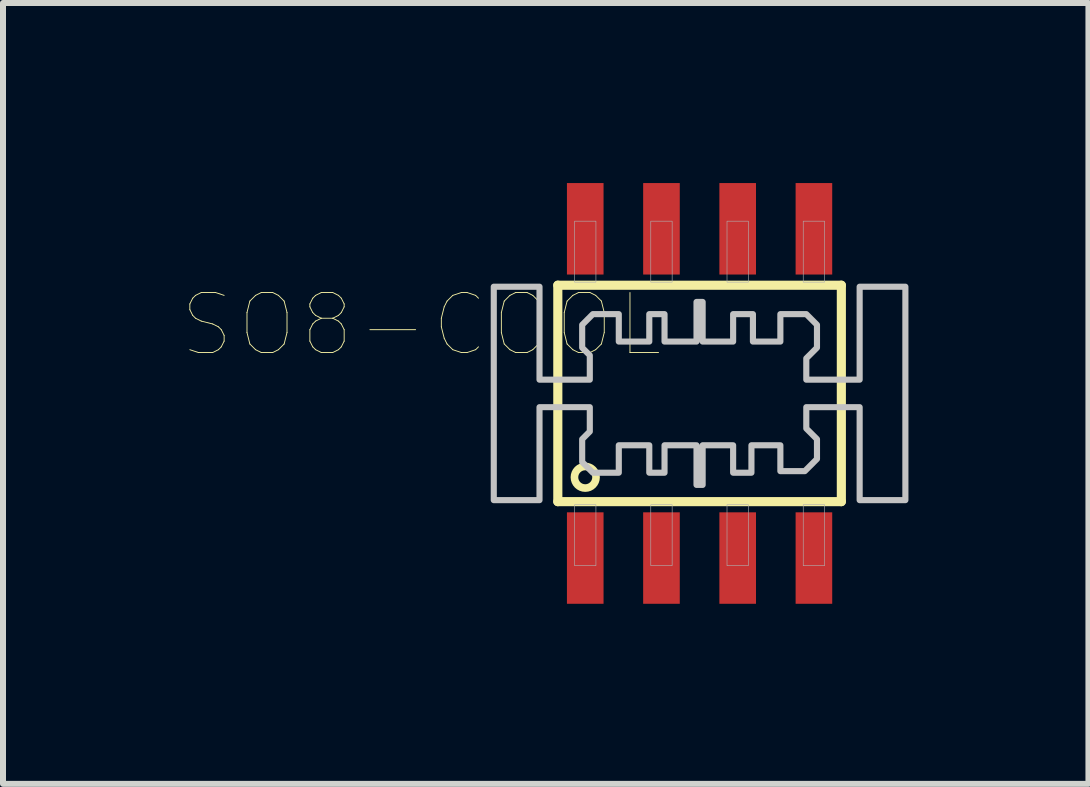
<source format=kicad_pcb>
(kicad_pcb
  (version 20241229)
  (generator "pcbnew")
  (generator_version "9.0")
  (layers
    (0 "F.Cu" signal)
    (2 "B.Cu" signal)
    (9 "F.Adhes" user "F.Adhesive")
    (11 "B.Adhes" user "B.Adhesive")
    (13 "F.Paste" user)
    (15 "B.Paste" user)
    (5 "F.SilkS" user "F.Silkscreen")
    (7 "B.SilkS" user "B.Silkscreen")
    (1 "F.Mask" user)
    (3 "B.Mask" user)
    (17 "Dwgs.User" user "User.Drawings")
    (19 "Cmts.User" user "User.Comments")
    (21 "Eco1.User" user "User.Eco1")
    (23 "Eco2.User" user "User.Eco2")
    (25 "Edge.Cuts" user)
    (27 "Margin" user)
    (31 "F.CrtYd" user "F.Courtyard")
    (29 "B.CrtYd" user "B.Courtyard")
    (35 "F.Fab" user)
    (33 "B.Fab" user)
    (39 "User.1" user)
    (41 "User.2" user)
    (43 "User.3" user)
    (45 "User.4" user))
  (footprint "SO8-COOL"
    (layer "F.Cu")
    (at 8.606 3.505)
    (property "Reference" "SO8-COOL" (at -4.636 -1.143 180) (layer "F.SilkS") (effects (font (size 1 1) (thickness 0.015))))
    (attr through_hole)
    (fp_line (start -2.362 -1.803) (end -2.362 1.803) (stroke (width 0.152) (type solid)) (layer "F.SilkS"))
    (fp_line (start -2.362 1.803) (end 2.362 1.803) (stroke (width 0.152) (type solid)) (layer "F.SilkS"))
    (fp_line (start 2.362 -1.803) (end -2.362 -1.803) (stroke (width 0.152) (type solid)) (layer "F.SilkS"))
    (fp_line (start 2.362 1.803) (end 2.362 -1.803) (stroke (width 0.152) (type solid)) (layer "F.SilkS"))
    (fp_circle (center -1.905 1.397) (end -1.725 1.397) (stroke (width 0.127) (type solid)) (fill no) (layer "F.SilkS"))
    (fp_poly (pts (xy -2.667 1.778) (xy -2.667 0.229) (xy -1.829 0.229) (xy -1.829 0.635) (xy -1.956 0.762) (xy -1.956 1.143) (xy -1.778 1.321) (xy -1.346 1.321) (xy -1.346 1.524) (xy -1.346 0.864) (xy -0.838 0.864) (xy -0.838 1.321) (xy -0.584 1.321) (xy -0.584 0.864) (xy -0.051 0.864) (xy -0.051 1.524) (xy 0.051 1.524) (xy 0.051 0.864) (xy 0.559 0.864) (xy 0.559 1.321) (xy 0.864 1.321) (xy 0.864 0.864) (xy 1.346 0.864) (xy 1.346 1.524) (xy 1.346 1.295) (xy 1.753 1.295) (xy 1.956 1.092) (xy 1.956 0.762) (xy 1.778 0.584) (xy 1.778 0.229) (xy 2.667 0.229) (xy 2.667 1.778) (xy 3.429 1.778) (xy 3.429 -1.778) (xy 2.667 -1.778) (xy 2.667 -0.229) (xy 1.778 -0.229) (xy 1.778 -0.584) (xy 1.956 -0.762) (xy 1.956 -1.143) (xy 1.778 -1.321) (xy 1.346 -1.321) (xy 1.346 -1.524) (xy 1.346 -0.864) (xy 0.889 -0.864) (xy 0.889 -1.321) (xy 0.559 -1.321) (xy 0.559 -0.864) (xy 0.051 -0.864) (xy 0.051 -1.524) (xy -0.051 -1.524) (xy -0.051 -0.864) (xy -0.584 -0.864) (xy -0.584 -1.321) (xy -0.838 -1.321) (xy -0.838 -0.864) (xy -1.346 -0.864) (xy -1.346 -1.524) (xy -1.346 -1.321) (xy -1.778 -1.321) (xy -1.956 -1.143) (xy -1.956 -0.762) (xy -1.829 -0.635) (xy -1.829 -0.229) (xy -2.667 -0.229) (xy -2.667 -1.778) (xy -3.429 -1.778) (xy -3.429 1.778)) (stroke (width 0.102) (type solid)) (fill no) (layer "Dwgs.User"))
    (fp_poly (pts (xy -2.083 -2.87) (xy -1.727 -2.87) (xy -1.727 -1.854) (xy -2.083 -1.854)) (stroke (width 0.01) (type solid)) (fill no) (layer "F.Fab"))
    (fp_poly (pts (xy -2.083 1.854) (xy -1.727 1.854) (xy -1.727 2.87) (xy -2.083 2.87)) (stroke (width 0.01) (type solid)) (fill no) (layer "F.Fab"))
    (fp_poly (pts (xy -0.813 -2.87) (xy -0.457 -2.87) (xy -0.457 -1.854) (xy -0.813 -1.854)) (stroke (width 0.01) (type solid)) (fill no) (layer "F.Fab"))
    (fp_poly (pts (xy -0.813 1.854) (xy -0.457 1.854) (xy -0.457 2.87) (xy -0.813 2.87)) (stroke (width 0.01) (type solid)) (fill no) (layer "F.Fab"))
    (fp_poly (pts (xy 0.457 -2.87) (xy 0.813 -2.87) (xy 0.813 -1.854) (xy 0.457 -1.854)) (stroke (width 0.01) (type solid)) (fill no) (layer "F.Fab"))
    (fp_poly (pts (xy 0.457 1.854) (xy 0.813 1.854) (xy 0.813 2.87) (xy 0.457 2.87)) (stroke (width 0.01) (type solid)) (fill no) (layer "F.Fab"))
    (fp_poly (pts (xy 1.727 -2.87) (xy 2.083 -2.87) (xy 2.083 -1.854) (xy 1.727 -1.854)) (stroke (width 0.01) (type solid)) (fill no) (layer "F.Fab"))
    (fp_poly (pts (xy 1.727 1.854) (xy 2.083 1.854) (xy 2.083 2.87) (xy 1.727 2.87)) (stroke (width 0.01) (type solid)) (fill no) (layer "F.Fab"))
    (pad "1" smd rect (at -1.905 2.743) (size 0.61 1.524) (layers "F.Cu" "F.Mask" "F.Paste"))
    (pad "2" smd rect (at -0.635 2.743) (size 0.61 1.524) (layers "F.Cu" "F.Mask" "F.Paste"))
    (pad "3" smd rect (at 0.635 2.743) (size 0.61 1.524) (layers "F.Cu" "F.Mask" "F.Paste"))
    (pad "4" smd rect (at 1.905 2.743) (size 0.61 1.524) (layers "F.Cu" "F.Mask" "F.Paste"))
    (pad "5" smd rect (at 1.905 -2.743) (size 0.61 1.524) (layers "F.Cu" "F.Mask" "F.Paste"))
    (pad "6" smd rect (at 0.635 -2.743) (size 0.61 1.524) (layers "F.Cu" "F.Mask" "F.Paste"))
    (pad "7" smd rect (at -0.635 -2.743) (size 0.61 1.524) (layers "F.Cu" "F.Mask" "F.Paste"))
    (pad "8" smd rect (at -1.905 -2.743) (size 0.61 1.524) (layers "F.Cu" "F.Mask" "F.Paste")))
  (gr_rect
    (start -3 -3)
    (end 15.085 10.01)
    (stroke (width 0.1) (type default))
    (fill no)
    (layer "Edge.Cuts")))
</source>
